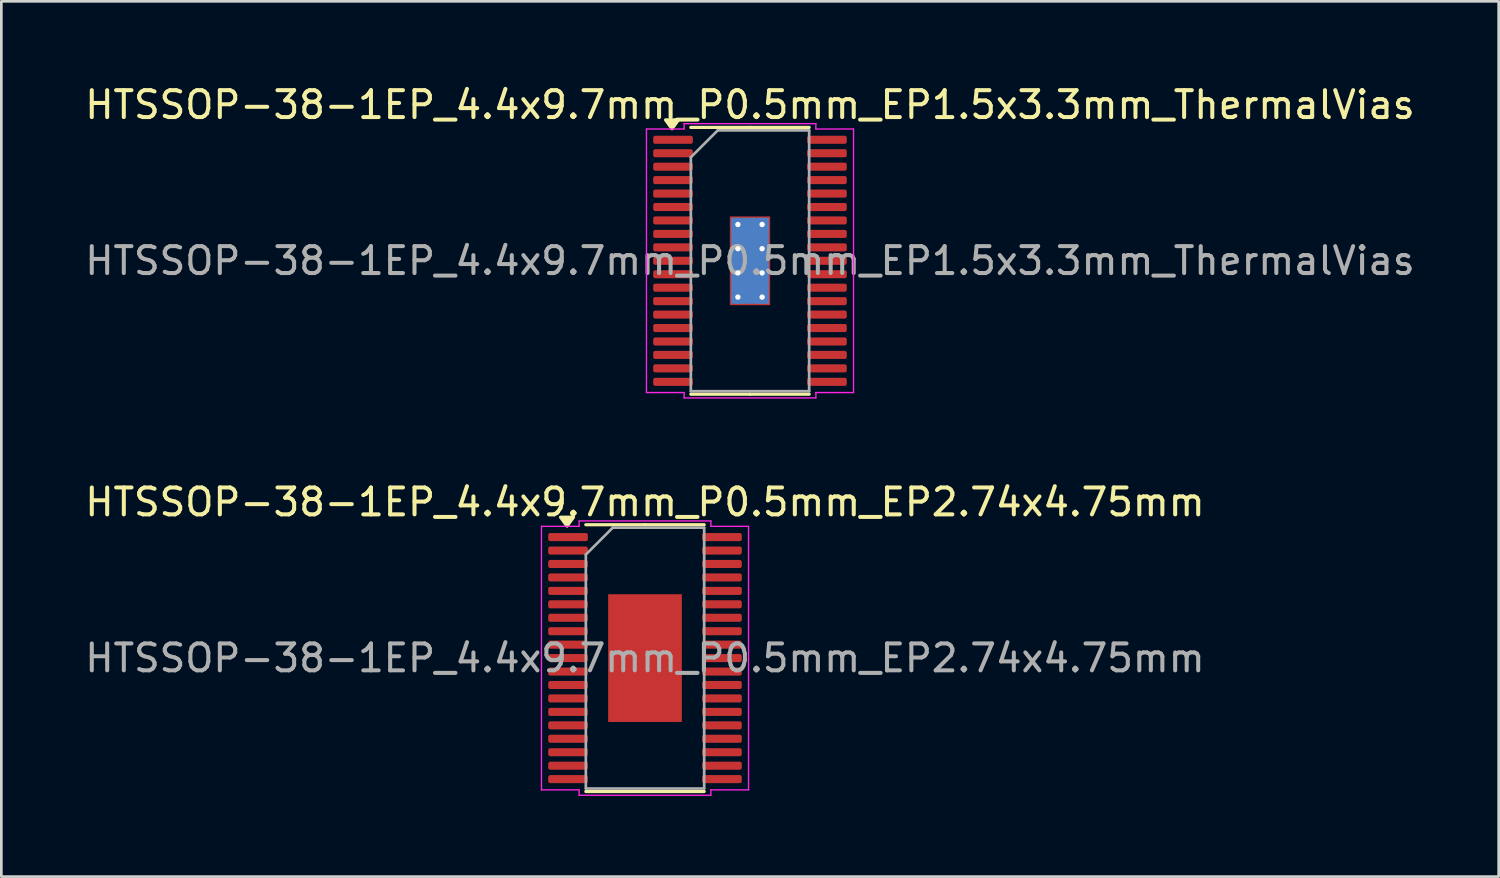
<source format=kicad_pcb>
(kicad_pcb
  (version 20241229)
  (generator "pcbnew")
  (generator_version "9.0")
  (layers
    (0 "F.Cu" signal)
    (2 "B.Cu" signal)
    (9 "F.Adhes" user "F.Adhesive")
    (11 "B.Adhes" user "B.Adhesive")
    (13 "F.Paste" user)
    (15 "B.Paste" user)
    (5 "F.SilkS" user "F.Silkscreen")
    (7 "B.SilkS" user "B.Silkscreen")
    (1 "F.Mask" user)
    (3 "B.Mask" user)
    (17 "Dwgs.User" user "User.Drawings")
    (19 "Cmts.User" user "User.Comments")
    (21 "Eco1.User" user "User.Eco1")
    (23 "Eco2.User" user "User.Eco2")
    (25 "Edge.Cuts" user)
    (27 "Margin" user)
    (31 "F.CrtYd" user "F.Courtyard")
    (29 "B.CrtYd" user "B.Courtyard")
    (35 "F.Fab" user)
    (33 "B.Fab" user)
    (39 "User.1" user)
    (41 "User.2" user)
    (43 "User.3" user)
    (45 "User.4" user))
  (footprint "HTSSOP-38-1EP_4.4x9.7mm_P0.5mm_EP2.74x4.75mm"
    (layer "F.Cu")
    (at 20.935 21.422)
    (property "Reference" "HTSSOP-38-1EP_4.4x9.7mm_P0.5mm_EP2.74x4.75mm" (at 0 -5.8 0) (layer "F.SilkS") (effects (font (size 1 1) (thickness 0.15))))
    (attr smd)
    (fp_line (start 0 -4.96) (end -2.2 -4.96) (stroke (width 0.12) (type solid)) (layer "F.SilkS"))
    (fp_line (start 0 -4.96) (end 2.2 -4.96) (stroke (width 0.12) (type solid)) (layer "F.SilkS"))
    (fp_line (start 0 4.96) (end -2.2 4.96) (stroke (width 0.12) (type solid)) (layer "F.SilkS"))
    (fp_line (start 0 4.96) (end 2.2 4.96) (stroke (width 0.12) (type solid)) (layer "F.SilkS"))
    (fp_poly (pts (xy -2.9 -4.91) (xy -3.14 -5.24) (xy -2.66 -5.24)) (stroke (width 0.12) (type solid)) (fill yes) (layer "F.SilkS"))
    (fp_line (start -3.85 -4.9) (end -2.45 -4.9) (stroke (width 0.05) (type solid)) (layer "F.CrtYd"))
    (fp_line (start -3.85 4.9) (end -3.85 -4.9) (stroke (width 0.05) (type solid)) (layer "F.CrtYd"))
    (fp_line (start -2.45 -5.1) (end 2.45 -5.1) (stroke (width 0.05) (type solid)) (layer "F.CrtYd"))
    (fp_line (start -2.45 -4.9) (end -2.45 -5.1) (stroke (width 0.05) (type solid)) (layer "F.CrtYd"))
    (fp_line (start -2.45 4.9) (end -3.85 4.9) (stroke (width 0.05) (type solid)) (layer "F.CrtYd"))
    (fp_line (start -2.45 5.1) (end -2.45 4.9) (stroke (width 0.05) (type solid)) (layer "F.CrtYd"))
    (fp_line (start 2.45 -5.1) (end 2.45 -4.9) (stroke (width 0.05) (type solid)) (layer "F.CrtYd"))
    (fp_line (start 2.45 -4.9) (end 3.85 -4.9) (stroke (width 0.05) (type solid)) (layer "F.CrtYd"))
    (fp_line (start 2.45 4.9) (end 2.45 5.1) (stroke (width 0.05) (type solid)) (layer "F.CrtYd"))
    (fp_line (start 2.45 5.1) (end -2.45 5.1) (stroke (width 0.05) (type solid)) (layer "F.CrtYd"))
    (fp_line (start 3.85 -4.9) (end 3.85 4.9) (stroke (width 0.05) (type solid)) (layer "F.CrtYd"))
    (fp_line (start 3.85 4.9) (end 2.45 4.9) (stroke (width 0.05) (type solid)) (layer "F.CrtYd"))
    (fp_line (start -2.2 -3.85) (end -1.2 -4.85) (stroke (width 0.1) (type solid)) (layer "F.Fab"))
    (fp_line (start -2.2 4.85) (end -2.2 -3.85) (stroke (width 0.1) (type solid)) (layer "F.Fab"))
    (fp_line (start -1.2 -4.85) (end 2.2 -4.85) (stroke (width 0.1) (type solid)) (layer "F.Fab"))
    (fp_line (start 2.2 -4.85) (end 2.2 4.85) (stroke (width 0.1) (type solid)) (layer "F.Fab"))
    (fp_line (start 2.2 4.85) (end -2.2 4.85) (stroke (width 0.1) (type solid)) (layer "F.Fab"))
    (fp_text user "${REFERENCE}" (at 0 0 0) (layer "F.Fab") (effects (font (size 1 1) (thickness 0.15))))
    (pad "" smd roundrect (at -0.685 -1.58) (size 1.1 1.28) (layers "F.Paste") (roundrect_rratio 0.227))
    (pad "" smd roundrect (at -0.685 0) (size 1.1 1.28) (layers "F.Paste") (roundrect_rratio 0.227))
    (pad "" smd roundrect (at -0.685 1.58) (size 1.1 1.28) (layers "F.Paste") (roundrect_rratio 0.227))
    (pad "" smd roundrect (at 0.685 -1.58) (size 1.1 1.28) (layers "F.Paste") (roundrect_rratio 0.227))
    (pad "" smd roundrect (at 0.685 0) (size 1.1 1.28) (layers "F.Paste") (roundrect_rratio 0.227))
    (pad "" smd roundrect (at 0.685 1.58) (size 1.1 1.28) (layers "F.Paste") (roundrect_rratio 0.227))
    (pad "1" smd roundrect (at -2.862 -4.5) (size 1.475 0.3) (layers "F.Cu" "F.Mask" "F.Paste") (roundrect_rratio 0.25))
    (pad "2" smd roundrect (at -2.862 -4) (size 1.475 0.3) (layers "F.Cu" "F.Mask" "F.Paste") (roundrect_rratio 0.25))
    (pad "3" smd roundrect (at -2.862 -3.5) (size 1.475 0.3) (layers "F.Cu" "F.Mask" "F.Paste") (roundrect_rratio 0.25))
    (pad "4" smd roundrect (at -2.862 -3) (size 1.475 0.3) (layers "F.Cu" "F.Mask" "F.Paste") (roundrect_rratio 0.25))
    (pad "5" smd roundrect (at -2.862 -2.5) (size 1.475 0.3) (layers "F.Cu" "F.Mask" "F.Paste") (roundrect_rratio 0.25))
    (pad "6" smd roundrect (at -2.862 -2) (size 1.475 0.3) (layers "F.Cu" "F.Mask" "F.Paste") (roundrect_rratio 0.25))
    (pad "7" smd roundrect (at -2.862 -1.5) (size 1.475 0.3) (layers "F.Cu" "F.Mask" "F.Paste") (roundrect_rratio 0.25))
    (pad "8" smd roundrect (at -2.862 -1) (size 1.475 0.3) (layers "F.Cu" "F.Mask" "F.Paste") (roundrect_rratio 0.25))
    (pad "9" smd roundrect (at -2.862 -0.5) (size 1.475 0.3) (layers "F.Cu" "F.Mask" "F.Paste") (roundrect_rratio 0.25))
    (pad "10" smd roundrect (at -2.862 0) (size 1.475 0.3) (layers "F.Cu" "F.Mask" "F.Paste") (roundrect_rratio 0.25))
    (pad "11" smd roundrect (at -2.862 0.5) (size 1.475 0.3) (layers "F.Cu" "F.Mask" "F.Paste") (roundrect_rratio 0.25))
    (pad "12" smd roundrect (at -2.862 1) (size 1.475 0.3) (layers "F.Cu" "F.Mask" "F.Paste") (roundrect_rratio 0.25))
    (pad "13" smd roundrect (at -2.862 1.5) (size 1.475 0.3) (layers "F.Cu" "F.Mask" "F.Paste") (roundrect_rratio 0.25))
    (pad "14" smd roundrect (at -2.862 2) (size 1.475 0.3) (layers "F.Cu" "F.Mask" "F.Paste") (roundrect_rratio 0.25))
    (pad "15" smd roundrect (at -2.862 2.5) (size 1.475 0.3) (layers "F.Cu" "F.Mask" "F.Paste") (roundrect_rratio 0.25))
    (pad "16" smd roundrect (at -2.862 3) (size 1.475 0.3) (layers "F.Cu" "F.Mask" "F.Paste") (roundrect_rratio 0.25))
    (pad "17" smd roundrect (at -2.862 3.5) (size 1.475 0.3) (layers "F.Cu" "F.Mask" "F.Paste") (roundrect_rratio 0.25))
    (pad "18" smd roundrect (at -2.862 4) (size 1.475 0.3) (layers "F.Cu" "F.Mask" "F.Paste") (roundrect_rratio 0.25))
    (pad "19" smd roundrect (at -2.862 4.5) (size 1.475 0.3) (layers "F.Cu" "F.Mask" "F.Paste") (roundrect_rratio 0.25))
    (pad "20" smd roundrect (at 2.862 4.5) (size 1.475 0.3) (layers "F.Cu" "F.Mask" "F.Paste") (roundrect_rratio 0.25))
    (pad "21" smd roundrect (at 2.862 4) (size 1.475 0.3) (layers "F.Cu" "F.Mask" "F.Paste") (roundrect_rratio 0.25))
    (pad "22" smd roundrect (at 2.862 3.5) (size 1.475 0.3) (layers "F.Cu" "F.Mask" "F.Paste") (roundrect_rratio 0.25))
    (pad "23" smd roundrect (at 2.862 3) (size 1.475 0.3) (layers "F.Cu" "F.Mask" "F.Paste") (roundrect_rratio 0.25))
    (pad "24" smd roundrect (at 2.862 2.5) (size 1.475 0.3) (layers "F.Cu" "F.Mask" "F.Paste") (roundrect_rratio 0.25))
    (pad "25" smd roundrect (at 2.862 2) (size 1.475 0.3) (layers "F.Cu" "F.Mask" "F.Paste") (roundrect_rratio 0.25))
    (pad "26" smd roundrect (at 2.862 1.5) (size 1.475 0.3) (layers "F.Cu" "F.Mask" "F.Paste") (roundrect_rratio 0.25))
    (pad "27" smd roundrect (at 2.862 1) (size 1.475 0.3) (layers "F.Cu" "F.Mask" "F.Paste") (roundrect_rratio 0.25))
    (pad "28" smd roundrect (at 2.862 0.5) (size 1.475 0.3) (layers "F.Cu" "F.Mask" "F.Paste") (roundrect_rratio 0.25))
    (pad "29" smd roundrect (at 2.862 0) (size 1.475 0.3) (layers "F.Cu" "F.Mask" "F.Paste") (roundrect_rratio 0.25))
    (pad "30" smd roundrect (at 2.862 -0.5) (size 1.475 0.3) (layers "F.Cu" "F.Mask" "F.Paste") (roundrect_rratio 0.25))
    (pad "31" smd roundrect (at 2.862 -1) (size 1.475 0.3) (layers "F.Cu" "F.Mask" "F.Paste") (roundrect_rratio 0.25))
    (pad "32" smd roundrect (at 2.862 -1.5) (size 1.475 0.3) (layers "F.Cu" "F.Mask" "F.Paste") (roundrect_rratio 0.25))
    (pad "33" smd roundrect (at 2.862 -2) (size 1.475 0.3) (layers "F.Cu" "F.Mask" "F.Paste") (roundrect_rratio 0.25))
    (pad "34" smd roundrect (at 2.862 -2.5) (size 1.475 0.3) (layers "F.Cu" "F.Mask" "F.Paste") (roundrect_rratio 0.25))
    (pad "35" smd roundrect (at 2.862 -3) (size 1.475 0.3) (layers "F.Cu" "F.Mask" "F.Paste") (roundrect_rratio 0.25))
    (pad "36" smd roundrect (at 2.862 -3.5) (size 1.475 0.3) (layers "F.Cu" "F.Mask" "F.Paste") (roundrect_rratio 0.25))
    (pad "37" smd roundrect (at 2.862 -4) (size 1.475 0.3) (layers "F.Cu" "F.Mask" "F.Paste") (roundrect_rratio 0.25))
    (pad "38" smd roundrect (at 2.862 -4.5) (size 1.475 0.3) (layers "F.Cu" "F.Mask" "F.Paste") (roundrect_rratio 0.25))
    (pad "39" smd rect (at 0 0) (size 2.74 4.75) (property pad_prop_heatsink) (layers "F.Cu" "F.Mask")))
  (footprint "HTSSOP-38-1EP_4.4x9.7mm_P0.5mm_EP1.5x3.3mm_ThermalVias"
    (layer "F.Cu")
    (at 24.839 6.648)
    (property "Reference" "HTSSOP-38-1EP_4.4x9.7mm_P0.5mm_EP1.5x3.3mm_ThermalVias" (at 0 -5.8 0) (layer "F.SilkS") (effects (font (size 1 1) (thickness 0.15))))
    (attr smd)
    (fp_line (start 0 -4.96) (end -2.2 -4.96) (stroke (width 0.12) (type solid)) (layer "F.SilkS"))
    (fp_line (start 0 -4.96) (end 2.2 -4.96) (stroke (width 0.12) (type solid)) (layer "F.SilkS"))
    (fp_line (start 0 4.96) (end -2.2 4.96) (stroke (width 0.12) (type solid)) (layer "F.SilkS"))
    (fp_line (start 0 4.96) (end 2.2 4.96) (stroke (width 0.12) (type solid)) (layer "F.SilkS"))
    (fp_poly (pts (xy -2.9 -4.91) (xy -3.14 -5.24) (xy -2.66 -5.24)) (stroke (width 0.12) (type solid)) (fill yes) (layer "F.SilkS"))
    (fp_line (start -3.85 -4.9) (end -2.45 -4.9) (stroke (width 0.05) (type solid)) (layer "F.CrtYd"))
    (fp_line (start -3.85 4.9) (end -3.85 -4.9) (stroke (width 0.05) (type solid)) (layer "F.CrtYd"))
    (fp_line (start -2.45 -5.1) (end 2.45 -5.1) (stroke (width 0.05) (type solid)) (layer "F.CrtYd"))
    (fp_line (start -2.45 -4.9) (end -2.45 -5.1) (stroke (width 0.05) (type solid)) (layer "F.CrtYd"))
    (fp_line (start -2.45 4.9) (end -3.85 4.9) (stroke (width 0.05) (type solid)) (layer "F.CrtYd"))
    (fp_line (start -2.45 5.1) (end -2.45 4.9) (stroke (width 0.05) (type solid)) (layer "F.CrtYd"))
    (fp_line (start 2.45 -5.1) (end 2.45 -4.9) (stroke (width 0.05) (type solid)) (layer "F.CrtYd"))
    (fp_line (start 2.45 -4.9) (end 3.85 -4.9) (stroke (width 0.05) (type solid)) (layer "F.CrtYd"))
    (fp_line (start 2.45 4.9) (end 2.45 5.1) (stroke (width 0.05) (type solid)) (layer "F.CrtYd"))
    (fp_line (start 2.45 5.1) (end -2.45 5.1) (stroke (width 0.05) (type solid)) (layer "F.CrtYd"))
    (fp_line (start 3.85 -4.9) (end 3.85 4.9) (stroke (width 0.05) (type solid)) (layer "F.CrtYd"))
    (fp_line (start 3.85 4.9) (end 2.45 4.9) (stroke (width 0.05) (type solid)) (layer "F.CrtYd"))
    (fp_line (start -2.2 -3.85) (end -1.2 -4.85) (stroke (width 0.1) (type solid)) (layer "F.Fab"))
    (fp_line (start -2.2 4.85) (end -2.2 -3.85) (stroke (width 0.1) (type solid)) (layer "F.Fab"))
    (fp_line (start -1.2 -4.85) (end 2.2 -4.85) (stroke (width 0.1) (type solid)) (layer "F.Fab"))
    (fp_line (start 2.2 -4.85) (end 2.2 4.85) (stroke (width 0.1) (type solid)) (layer "F.Fab"))
    (fp_line (start 2.2 4.85) (end -2.2 4.85) (stroke (width 0.1) (type solid)) (layer "F.Fab"))
    (fp_text user "${REFERENCE}" (at 0 0 0) (layer "F.Fab") (effects (font (size 1 1) (thickness 0.15))))
    (pad "" smd roundrect (at 0 -1.1) (size 1.21 0.89) (layers "F.Paste") (roundrect_rratio 0.25))
    (pad "" smd roundrect (at 0 0) (size 1.21 0.89) (layers "F.Paste") (roundrect_rratio 0.25))
    (pad "" smd roundrect (at 0 1.1) (size 1.21 0.89) (layers "F.Paste") (roundrect_rratio 0.25))
    (pad "1" smd roundrect (at -2.862 -4.5) (size 1.475 0.3) (layers "F.Cu" "F.Mask" "F.Paste") (roundrect_rratio 0.25))
    (pad "2" smd roundrect (at -2.862 -4) (size 1.475 0.3) (layers "F.Cu" "F.Mask" "F.Paste") (roundrect_rratio 0.25))
    (pad "3" smd roundrect (at -2.862 -3.5) (size 1.475 0.3) (layers "F.Cu" "F.Mask" "F.Paste") (roundrect_rratio 0.25))
    (pad "4" smd roundrect (at -2.862 -3) (size 1.475 0.3) (layers "F.Cu" "F.Mask" "F.Paste") (roundrect_rratio 0.25))
    (pad "5" smd roundrect (at -2.862 -2.5) (size 1.475 0.3) (layers "F.Cu" "F.Mask" "F.Paste") (roundrect_rratio 0.25))
    (pad "6" smd roundrect (at -2.862 -2) (size 1.475 0.3) (layers "F.Cu" "F.Mask" "F.Paste") (roundrect_rratio 0.25))
    (pad "7" smd roundrect (at -2.862 -1.5) (size 1.475 0.3) (layers "F.Cu" "F.Mask" "F.Paste") (roundrect_rratio 0.25))
    (pad "8" smd roundrect (at -2.862 -1) (size 1.475 0.3) (layers "F.Cu" "F.Mask" "F.Paste") (roundrect_rratio 0.25))
    (pad "9" smd roundrect (at -2.862 -0.5) (size 1.475 0.3) (layers "F.Cu" "F.Mask" "F.Paste") (roundrect_rratio 0.25))
    (pad "10" smd roundrect (at -2.862 0) (size 1.475 0.3) (layers "F.Cu" "F.Mask" "F.Paste") (roundrect_rratio 0.25))
    (pad "11" smd roundrect (at -2.862 0.5) (size 1.475 0.3) (layers "F.Cu" "F.Mask" "F.Paste") (roundrect_rratio 0.25))
    (pad "12" smd roundrect (at -2.862 1) (size 1.475 0.3) (layers "F.Cu" "F.Mask" "F.Paste") (roundrect_rratio 0.25))
    (pad "13" smd roundrect (at -2.862 1.5) (size 1.475 0.3) (layers "F.Cu" "F.Mask" "F.Paste") (roundrect_rratio 0.25))
    (pad "14" smd roundrect (at -2.862 2) (size 1.475 0.3) (layers "F.Cu" "F.Mask" "F.Paste") (roundrect_rratio 0.25))
    (pad "15" smd roundrect (at -2.862 2.5) (size 1.475 0.3) (layers "F.Cu" "F.Mask" "F.Paste") (roundrect_rratio 0.25))
    (pad "16" smd roundrect (at -2.862 3) (size 1.475 0.3) (layers "F.Cu" "F.Mask" "F.Paste") (roundrect_rratio 0.25))
    (pad "17" smd roundrect (at -2.862 3.5) (size 1.475 0.3) (layers "F.Cu" "F.Mask" "F.Paste") (roundrect_rratio 0.25))
    (pad "18" smd roundrect (at -2.862 4) (size 1.475 0.3) (layers "F.Cu" "F.Mask" "F.Paste") (roundrect_rratio 0.25))
    (pad "19" smd roundrect (at -2.862 4.5) (size 1.475 0.3) (layers "F.Cu" "F.Mask" "F.Paste") (roundrect_rratio 0.25))
    (pad "20" smd roundrect (at 2.862 4.5) (size 1.475 0.3) (layers "F.Cu" "F.Mask" "F.Paste") (roundrect_rratio 0.25))
    (pad "21" smd roundrect (at 2.862 4) (size 1.475 0.3) (layers "F.Cu" "F.Mask" "F.Paste") (roundrect_rratio 0.25))
    (pad "22" smd roundrect (at 2.862 3.5) (size 1.475 0.3) (layers "F.Cu" "F.Mask" "F.Paste") (roundrect_rratio 0.25))
    (pad "23" smd roundrect (at 2.862 3) (size 1.475 0.3) (layers "F.Cu" "F.Mask" "F.Paste") (roundrect_rratio 0.25))
    (pad "24" smd roundrect (at 2.862 2.5) (size 1.475 0.3) (layers "F.Cu" "F.Mask" "F.Paste") (roundrect_rratio 0.25))
    (pad "25" smd roundrect (at 2.862 2) (size 1.475 0.3) (layers "F.Cu" "F.Mask" "F.Paste") (roundrect_rratio 0.25))
    (pad "26" smd roundrect (at 2.862 1.5) (size 1.475 0.3) (layers "F.Cu" "F.Mask" "F.Paste") (roundrect_rratio 0.25))
    (pad "27" smd roundrect (at 2.862 1) (size 1.475 0.3) (layers "F.Cu" "F.Mask" "F.Paste") (roundrect_rratio 0.25))
    (pad "28" smd roundrect (at 2.862 0.5) (size 1.475 0.3) (layers "F.Cu" "F.Mask" "F.Paste") (roundrect_rratio 0.25))
    (pad "29" smd roundrect (at 2.862 0) (size 1.475 0.3) (layers "F.Cu" "F.Mask" "F.Paste") (roundrect_rratio 0.25))
    (pad "30" smd roundrect (at 2.862 -0.5) (size 1.475 0.3) (layers "F.Cu" "F.Mask" "F.Paste") (roundrect_rratio 0.25))
    (pad "31" smd roundrect (at 2.862 -1) (size 1.475 0.3) (layers "F.Cu" "F.Mask" "F.Paste") (roundrect_rratio 0.25))
    (pad "32" smd roundrect (at 2.862 -1.5) (size 1.475 0.3) (layers "F.Cu" "F.Mask" "F.Paste") (roundrect_rratio 0.25))
    (pad "33" smd roundrect (at 2.862 -2) (size 1.475 0.3) (layers "F.Cu" "F.Mask" "F.Paste") (roundrect_rratio 0.25))
    (pad "34" smd roundrect (at 2.862 -2.5) (size 1.475 0.3) (layers "F.Cu" "F.Mask" "F.Paste") (roundrect_rratio 0.25))
    (pad "35" smd roundrect (at 2.862 -3) (size 1.475 0.3) (layers "F.Cu" "F.Mask" "F.Paste") (roundrect_rratio 0.25))
    (pad "36" smd roundrect (at 2.862 -3.5) (size 1.475 0.3) (layers "F.Cu" "F.Mask" "F.Paste") (roundrect_rratio 0.25))
    (pad "37" smd roundrect (at 2.862 -4) (size 1.475 0.3) (layers "F.Cu" "F.Mask" "F.Paste") (roundrect_rratio 0.25))
    (pad "38" smd roundrect (at 2.862 -4.5) (size 1.475 0.3) (layers "F.Cu" "F.Mask" "F.Paste") (roundrect_rratio 0.25))
    (pad "39" thru_hole circle (at -0.45 -1.35) (size 0.5 0.5) (drill 0.2) (property pad_prop_heatsink) (layers "*.Cu"))
    (pad "39" thru_hole circle (at -0.45 -0.45) (size 0.5 0.5) (drill 0.2) (property pad_prop_heatsink) (layers "*.Cu"))
    (pad "39" thru_hole circle (at -0.45 0.45) (size 0.5 0.5) (drill 0.2) (property pad_prop_heatsink) (layers "*.Cu"))
    (pad "39" thru_hole circle (at -0.45 1.35) (size 0.5 0.5) (drill 0.2) (property pad_prop_heatsink) (layers "*.Cu"))
    (pad "39" smd rect (at 0 0) (size 1.4 3.2) (property pad_prop_heatsink) (layers "B.Cu"))
    (pad "39" smd rect (at 0 0) (size 1.5 3.3) (property pad_prop_heatsink) (layers "F.Cu" "F.Mask"))
    (pad "39" thru_hole circle (at 0.45 -1.35) (size 0.5 0.5) (drill 0.2) (property pad_prop_heatsink) (layers "*.Cu"))
    (pad "39" thru_hole circle (at 0.45 -0.45) (size 0.5 0.5) (drill 0.2) (property pad_prop_heatsink) (layers "*.Cu"))
    (pad "39" thru_hole circle (at 0.45 0.45) (size 0.5 0.5) (drill 0.2) (property pad_prop_heatsink) (layers "*.Cu"))
    (pad "39" thru_hole circle (at 0.45 1.35) (size 0.5 0.5) (drill 0.2) (property pad_prop_heatsink) (layers "*.Cu")))
  (gr_rect
    (start -3 -3)
    (end 52.679 29.547)
    (stroke (width 0.1) (type default))
    (fill no)
    (layer "Edge.Cuts")))
</source>
